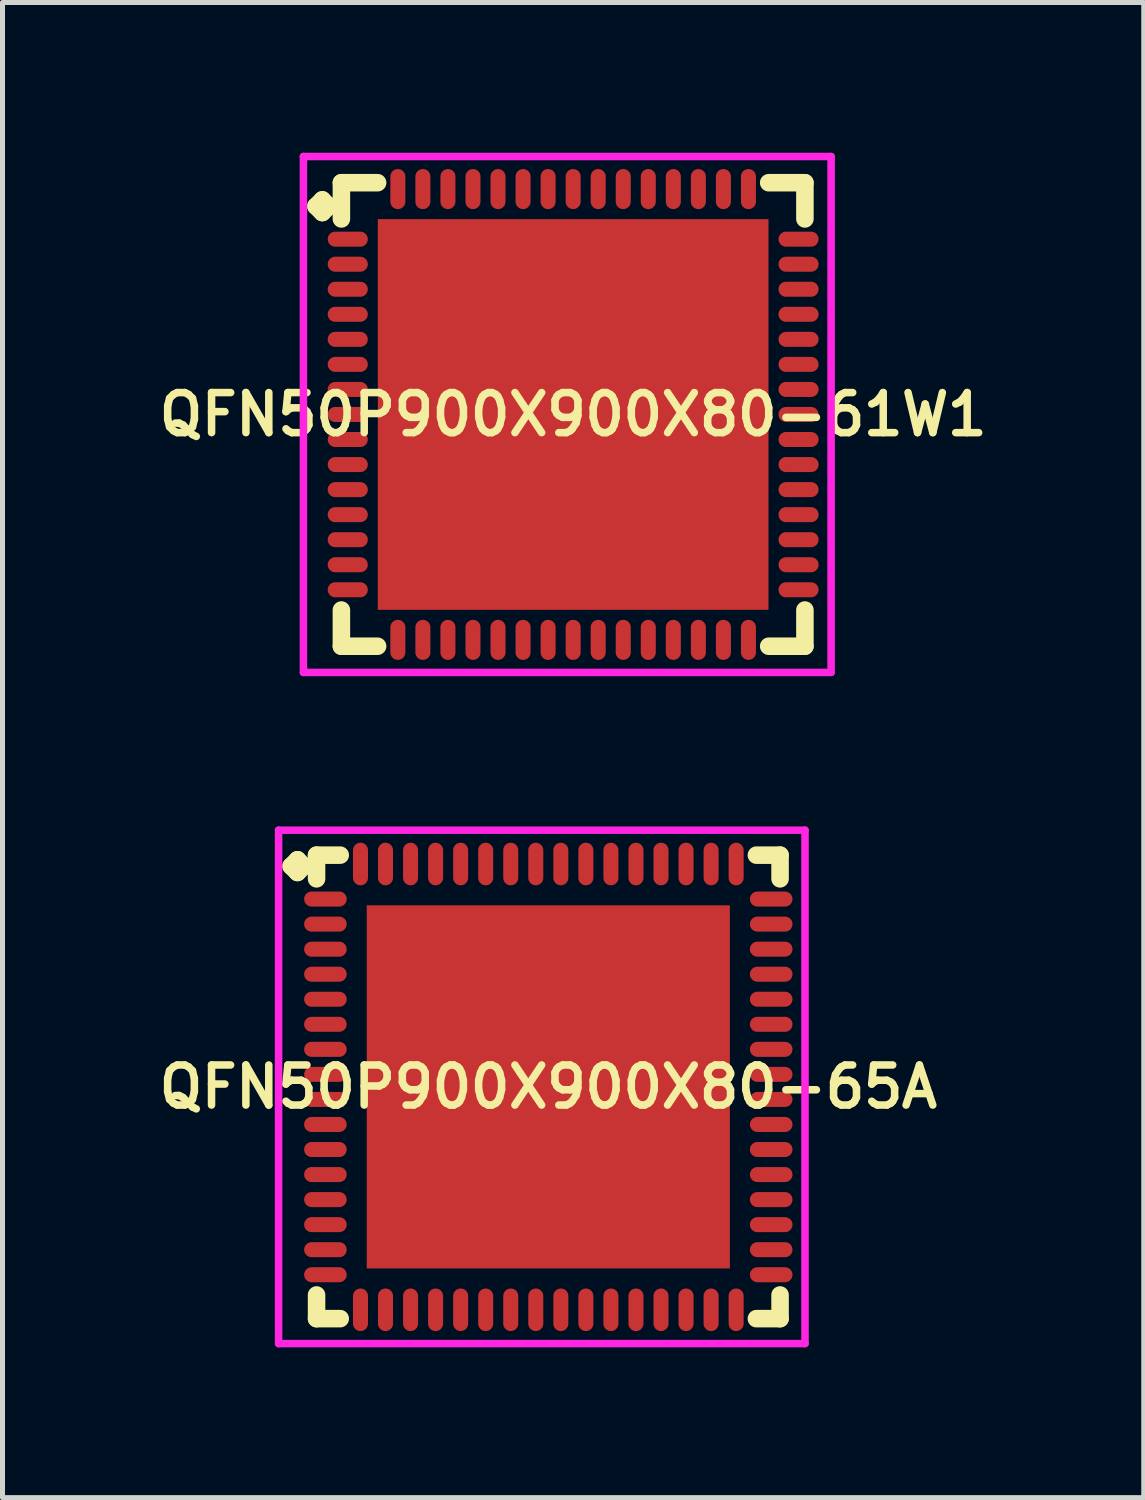
<source format=kicad_pcb>
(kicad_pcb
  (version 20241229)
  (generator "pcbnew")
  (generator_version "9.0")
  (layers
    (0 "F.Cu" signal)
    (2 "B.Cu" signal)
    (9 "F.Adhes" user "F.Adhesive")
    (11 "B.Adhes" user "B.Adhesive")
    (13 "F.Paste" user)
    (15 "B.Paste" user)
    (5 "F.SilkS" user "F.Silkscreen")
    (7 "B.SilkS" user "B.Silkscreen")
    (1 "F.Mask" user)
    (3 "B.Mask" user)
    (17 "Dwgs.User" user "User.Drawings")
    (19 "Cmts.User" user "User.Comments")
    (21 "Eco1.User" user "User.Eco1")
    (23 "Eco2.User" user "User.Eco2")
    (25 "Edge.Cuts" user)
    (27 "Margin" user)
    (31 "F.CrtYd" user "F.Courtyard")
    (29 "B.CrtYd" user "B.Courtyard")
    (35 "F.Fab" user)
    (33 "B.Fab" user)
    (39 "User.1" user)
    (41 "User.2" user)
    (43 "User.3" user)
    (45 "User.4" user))
  (footprint "QFN50P900X900X80-61W1"
    (layer "F.Cu")
    (at 8.393 5.225)
    (property "Reference" "QFN50P900X900X80-61W1" (at 0 0 0) (layer "F.SilkS") (effects (font (size 0.8 0.8) (thickness 0.15))))
    (attr smd)
    (fp_line (start -5.135 -4.158) (end -5.008 -4.285) (stroke (width 0.35) (type solid)) (layer "F.SilkS"))
    (fp_line (start -5.008 -4.285) (end -4.881 -4.158) (stroke (width 0.35) (type solid)) (layer "F.SilkS"))
    (fp_line (start -5.008 -4.031) (end -5.135 -4.158) (stroke (width 0.35) (type solid)) (layer "F.SilkS"))
    (fp_line (start -4.881 -4.158) (end -5.008 -4.031) (stroke (width 0.35) (type solid)) (layer "F.SilkS"))
    (fp_line (start -4.627 -4.627) (end -3.904 -4.627) (stroke (width 0.35) (type solid)) (layer "F.SilkS"))
    (fp_line (start -4.627 -3.904) (end -4.627 -4.627) (stroke (width 0.35) (type solid)) (layer "F.SilkS"))
    (fp_line (start -4.627 3.904) (end -4.627 4.627) (stroke (width 0.35) (type solid)) (layer "F.SilkS"))
    (fp_line (start -4.627 4.627) (end -3.904 4.627) (stroke (width 0.35) (type solid)) (layer "F.SilkS"))
    (fp_line (start 3.904 -4.627) (end 4.627 -4.627) (stroke (width 0.35) (type solid)) (layer "F.SilkS"))
    (fp_line (start 3.904 4.627) (end 4.627 4.627) (stroke (width 0.35) (type solid)) (layer "F.SilkS"))
    (fp_line (start 4.627 -4.627) (end 4.627 -3.904) (stroke (width 0.35) (type solid)) (layer "F.SilkS"))
    (fp_line (start 4.627 4.627) (end 4.627 3.904) (stroke (width 0.35) (type solid)) (layer "F.SilkS"))
    (fp_line (start -5.385 -5.15) (end 5.15 -5.15) (stroke (width 0.15) (type solid)) (layer "F.CrtYd"))
    (fp_line (start -5.385 5.15) (end -5.385 -5.15) (stroke (width 0.15) (type solid)) (layer "F.CrtYd"))
    (fp_line (start 5.15 -5.15) (end 5.15 5.15) (stroke (width 0.15) (type solid)) (layer "F.CrtYd"))
    (fp_line (start 5.15 5.15) (end -5.385 5.15) (stroke (width 0.15) (type solid)) (layer "F.CrtYd"))
    (pad "1" smd oval (at -4.5 -3.5) (size 0.8 0.3) (layers "F.Cu" "F.Mask" "F.Paste"))
    (pad "2" smd oval (at -4.5 -3) (size 0.8 0.3) (layers "F.Cu" "F.Mask" "F.Paste"))
    (pad "3" smd oval (at -4.5 -2.5) (size 0.8 0.3) (layers "F.Cu" "F.Mask" "F.Paste"))
    (pad "4" smd oval (at -4.5 -2) (size 0.8 0.3) (layers "F.Cu" "F.Mask" "F.Paste"))
    (pad "5" smd oval (at -4.5 -1.5) (size 0.8 0.3) (layers "F.Cu" "F.Mask" "F.Paste"))
    (pad "6" smd oval (at -4.5 -1) (size 0.8 0.3) (layers "F.Cu" "F.Mask" "F.Paste"))
    (pad "7" smd oval (at -4.5 -0.5) (size 0.8 0.3) (layers "F.Cu" "F.Mask" "F.Paste"))
    (pad "8" smd oval (at -4.5 0) (size 0.8 0.3) (layers "F.Cu" "F.Mask" "F.Paste"))
    (pad "9" smd oval (at -4.5 0.5) (size 0.8 0.3) (layers "F.Cu" "F.Mask" "F.Paste"))
    (pad "10" smd oval (at -4.5 1) (size 0.8 0.3) (layers "F.Cu" "F.Mask" "F.Paste"))
    (pad "11" smd oval (at -4.5 1.5) (size 0.8 0.3) (layers "F.Cu" "F.Mask" "F.Paste"))
    (pad "12" smd oval (at -4.5 2) (size 0.8 0.3) (layers "F.Cu" "F.Mask" "F.Paste"))
    (pad "13" smd oval (at -4.5 2.5) (size 0.8 0.3) (layers "F.Cu" "F.Mask" "F.Paste"))
    (pad "14" smd oval (at -4.5 3) (size 0.8 0.3) (layers "F.Cu" "F.Mask" "F.Paste"))
    (pad "15" smd oval (at -4.5 3.5) (size 0.8 0.3) (layers "F.Cu" "F.Mask" "F.Paste"))
    (pad "16" smd oval (at -3.5 4.5) (size 0.3 0.8) (layers "F.Cu" "F.Mask" "F.Paste"))
    (pad "17" smd oval (at -3 4.5) (size 0.3 0.8) (layers "F.Cu" "F.Mask" "F.Paste"))
    (pad "18" smd oval (at -2.5 4.5) (size 0.3 0.8) (layers "F.Cu" "F.Mask" "F.Paste"))
    (pad "19" smd oval (at -2 4.5) (size 0.3 0.8) (layers "F.Cu" "F.Mask" "F.Paste"))
    (pad "20" smd oval (at -1.5 4.5) (size 0.3 0.8) (layers "F.Cu" "F.Mask" "F.Paste"))
    (pad "21" smd oval (at -1 4.5) (size 0.3 0.8) (layers "F.Cu" "F.Mask" "F.Paste"))
    (pad "22" smd oval (at -0.5 4.5) (size 0.3 0.8) (layers "F.Cu" "F.Mask" "F.Paste"))
    (pad "23" smd oval (at 0 4.5) (size 0.3 0.8) (layers "F.Cu" "F.Mask" "F.Paste"))
    (pad "24" smd oval (at 0.5 4.5) (size 0.3 0.8) (layers "F.Cu" "F.Mask" "F.Paste"))
    (pad "25" smd oval (at 1 4.5) (size 0.3 0.8) (layers "F.Cu" "F.Mask" "F.Paste"))
    (pad "26" smd oval (at 1.5 4.5) (size 0.3 0.8) (layers "F.Cu" "F.Mask" "F.Paste"))
    (pad "27" smd oval (at 2 4.5) (size 0.3 0.8) (layers "F.Cu" "F.Mask" "F.Paste"))
    (pad "28" smd oval (at 2.5 4.5) (size 0.3 0.8) (layers "F.Cu" "F.Mask" "F.Paste"))
    (pad "29" smd oval (at 3 4.5) (size 0.3 0.8) (layers "F.Cu" "F.Mask" "F.Paste"))
    (pad "30" smd oval (at 3.5 4.5) (size 0.3 0.8) (layers "F.Cu" "F.Mask" "F.Paste"))
    (pad "31" smd oval (at 4.5 3.5) (size 0.8 0.3) (layers "F.Cu" "F.Mask" "F.Paste"))
    (pad "32" smd oval (at 4.5 3) (size 0.8 0.3) (layers "F.Cu" "F.Mask" "F.Paste"))
    (pad "33" smd oval (at 4.5 2.5) (size 0.8 0.3) (layers "F.Cu" "F.Mask" "F.Paste"))
    (pad "34" smd oval (at 4.5 2) (size 0.8 0.3) (layers "F.Cu" "F.Mask" "F.Paste"))
    (pad "35" smd oval (at 4.5 1.5) (size 0.8 0.3) (layers "F.Cu" "F.Mask" "F.Paste"))
    (pad "36" smd oval (at 4.5 1) (size 0.8 0.3) (layers "F.Cu" "F.Mask" "F.Paste"))
    (pad "37" smd oval (at 4.5 0.5) (size 0.8 0.3) (layers "F.Cu" "F.Mask" "F.Paste"))
    (pad "38" smd oval (at 4.5 0) (size 0.8 0.3) (layers "F.Cu" "F.Mask" "F.Paste"))
    (pad "39" smd oval (at 4.5 -0.5) (size 0.8 0.3) (layers "F.Cu" "F.Mask" "F.Paste"))
    (pad "40" smd oval (at 4.5 -1) (size 0.8 0.3) (layers "F.Cu" "F.Mask" "F.Paste"))
    (pad "41" smd oval (at 4.5 -1.5) (size 0.8 0.3) (layers "F.Cu" "F.Mask" "F.Paste"))
    (pad "42" smd oval (at 4.5 -2) (size 0.8 0.3) (layers "F.Cu" "F.Mask" "F.Paste"))
    (pad "43" smd oval (at 4.5 -2.5) (size 0.8 0.3) (layers "F.Cu" "F.Mask" "F.Paste"))
    (pad "44" smd oval (at 4.5 -3) (size 0.8 0.3) (layers "F.Cu" "F.Mask" "F.Paste"))
    (pad "45" smd oval (at 4.5 -3.5) (size 0.8 0.3) (layers "F.Cu" "F.Mask" "F.Paste"))
    (pad "46" smd oval (at 3.5 -4.5) (size 0.3 0.8) (layers "F.Cu" "F.Mask" "F.Paste"))
    (pad "47" smd oval (at 3 -4.5) (size 0.3 0.8) (layers "F.Cu" "F.Mask" "F.Paste"))
    (pad "48" smd oval (at 2.5 -4.5) (size 0.3 0.8) (layers "F.Cu" "F.Mask" "F.Paste"))
    (pad "49" smd oval (at 2 -4.5) (size 0.3 0.8) (layers "F.Cu" "F.Mask" "F.Paste"))
    (pad "50" smd oval (at 1.5 -4.5) (size 0.3 0.8) (layers "F.Cu" "F.Mask" "F.Paste"))
    (pad "51" smd oval (at 1 -4.5) (size 0.3 0.8) (layers "F.Cu" "F.Mask" "F.Paste"))
    (pad "52" smd oval (at 0.5 -4.5) (size 0.3 0.8) (layers "F.Cu" "F.Mask" "F.Paste"))
    (pad "53" smd oval (at 0 -4.5) (size 0.3 0.8) (layers "F.Cu" "F.Mask" "F.Paste"))
    (pad "54" smd oval (at -0.5 -4.5) (size 0.3 0.8) (layers "F.Cu" "F.Mask" "F.Paste"))
    (pad "55" smd oval (at -1 -4.5) (size 0.3 0.8) (layers "F.Cu" "F.Mask" "F.Paste"))
    (pad "56" smd oval (at -1.5 -4.5) (size 0.3 0.8) (layers "F.Cu" "F.Mask" "F.Paste"))
    (pad "57" smd oval (at -2 -4.5) (size 0.3 0.8) (layers "F.Cu" "F.Mask" "F.Paste"))
    (pad "58" smd oval (at -2.5 -4.5) (size 0.3 0.8) (layers "F.Cu" "F.Mask" "F.Paste"))
    (pad "59" smd oval (at -3 -4.5) (size 0.3 0.8) (layers "F.Cu" "F.Mask" "F.Paste"))
    (pad "60" smd oval (at -3.5 -4.5) (size 0.3 0.8) (layers "F.Cu" "F.Mask" "F.Paste"))
    (pad "61" smd rect (at 0 0) (size 7.8 7.8) (layers "F.Cu" "F.Mask" "F.Paste")))
  (footprint "QFN50P900X900X80-65A"
    (layer "F.Cu")
    (at 7.897 18.65)
    (property "Reference" "QFN50P900X900X80-65A" (at 0 0 0) (layer "F.SilkS") (effects (font (size 0.8 0.8) (thickness 0.15))))
    (attr through_hole)
    (fp_line (start -5.135 -4.408) (end -5.008 -4.535) (stroke (width 0.35) (type solid)) (layer "F.SilkS"))
    (fp_line (start -5.008 -4.535) (end -4.881 -4.408) (stroke (width 0.35) (type solid)) (layer "F.SilkS"))
    (fp_line (start -5.008 -4.281) (end -5.135 -4.408) (stroke (width 0.35) (type solid)) (layer "F.SilkS"))
    (fp_line (start -4.881 -4.408) (end -5.008 -4.281) (stroke (width 0.35) (type solid)) (layer "F.SilkS"))
    (fp_line (start -4.627 -4.627) (end -4.154 -4.627) (stroke (width 0.35) (type solid)) (layer "F.SilkS"))
    (fp_line (start -4.627 -4.154) (end -4.627 -4.627) (stroke (width 0.35) (type solid)) (layer "F.SilkS"))
    (fp_line (start -4.627 4.154) (end -4.627 4.627) (stroke (width 0.35) (type solid)) (layer "F.SilkS"))
    (fp_line (start -4.627 4.627) (end -4.154 4.627) (stroke (width 0.35) (type solid)) (layer "F.SilkS"))
    (fp_line (start 4.154 -4.627) (end 4.627 -4.627) (stroke (width 0.35) (type solid)) (layer "F.SilkS"))
    (fp_line (start 4.154 4.627) (end 4.627 4.627) (stroke (width 0.35) (type solid)) (layer "F.SilkS"))
    (fp_line (start 4.627 -4.627) (end 4.627 -4.154) (stroke (width 0.35) (type solid)) (layer "F.SilkS"))
    (fp_line (start 4.627 4.627) (end 4.627 4.154) (stroke (width 0.35) (type solid)) (layer "F.SilkS"))
    (fp_line (start -5.385 -5.125) (end 5.125 -5.125) (stroke (width 0.15) (type solid)) (layer "F.CrtYd"))
    (fp_line (start -5.385 5.125) (end -5.385 -5.125) (stroke (width 0.15) (type solid)) (layer "F.CrtYd"))
    (fp_line (start 5.125 -5.125) (end 5.125 5.125) (stroke (width 0.15) (type solid)) (layer "F.CrtYd"))
    (fp_line (start 5.125 5.125) (end -5.385 5.125) (stroke (width 0.15) (type solid)) (layer "F.CrtYd"))
    (pad "1" smd oval (at -4.45 -3.75) (size 0.85 0.3) (layers "F.Cu" "F.Mask" "F.Paste"))
    (pad "2" smd oval (at -4.45 -3.25) (size 0.85 0.3) (layers "F.Cu" "F.Mask" "F.Paste"))
    (pad "3" smd oval (at -4.45 -2.75) (size 0.85 0.3) (layers "F.Cu" "F.Mask" "F.Paste"))
    (pad "4" smd oval (at -4.45 -2.25) (size 0.85 0.3) (layers "F.Cu" "F.Mask" "F.Paste"))
    (pad "5" smd oval (at -4.45 -1.75) (size 0.85 0.3) (layers "F.Cu" "F.Mask" "F.Paste"))
    (pad "6" smd oval (at -4.45 -1.25) (size 0.85 0.3) (layers "F.Cu" "F.Mask" "F.Paste"))
    (pad "7" smd oval (at -4.45 -0.75) (size 0.85 0.3) (layers "F.Cu" "F.Mask" "F.Paste"))
    (pad "8" smd oval (at -4.45 -0.25) (size 0.85 0.3) (layers "F.Cu" "F.Mask" "F.Paste"))
    (pad "9" smd oval (at -4.45 0.25) (size 0.85 0.3) (layers "F.Cu" "F.Mask" "F.Paste"))
    (pad "10" smd oval (at -4.45 0.75) (size 0.85 0.3) (layers "F.Cu" "F.Mask" "F.Paste"))
    (pad "11" smd oval (at -4.45 1.25) (size 0.85 0.3) (layers "F.Cu" "F.Mask" "F.Paste"))
    (pad "12" smd oval (at -4.45 1.75) (size 0.85 0.3) (layers "F.Cu" "F.Mask" "F.Paste"))
    (pad "13" smd oval (at -4.45 2.25) (size 0.85 0.3) (layers "F.Cu" "F.Mask" "F.Paste"))
    (pad "14" smd oval (at -4.45 2.75) (size 0.85 0.3) (layers "F.Cu" "F.Mask" "F.Paste"))
    (pad "15" smd oval (at -4.45 3.25) (size 0.85 0.3) (layers "F.Cu" "F.Mask" "F.Paste"))
    (pad "16" smd oval (at -4.45 3.75) (size 0.85 0.3) (layers "F.Cu" "F.Mask" "F.Paste"))
    (pad "17" smd oval (at -3.75 4.45) (size 0.3 0.85) (layers "F.Cu" "F.Mask" "F.Paste"))
    (pad "18" smd oval (at -3.25 4.45) (size 0.3 0.85) (layers "F.Cu" "F.Mask" "F.Paste"))
    (pad "19" smd oval (at -2.75 4.45) (size 0.3 0.85) (layers "F.Cu" "F.Mask" "F.Paste"))
    (pad "20" smd oval (at -2.25 4.45) (size 0.3 0.85) (layers "F.Cu" "F.Mask" "F.Paste"))
    (pad "21" smd oval (at -1.75 4.45) (size 0.3 0.85) (layers "F.Cu" "F.Mask" "F.Paste"))
    (pad "22" smd oval (at -1.25 4.45) (size 0.3 0.85) (layers "F.Cu" "F.Mask" "F.Paste"))
    (pad "23" smd oval (at -0.75 4.45) (size 0.3 0.85) (layers "F.Cu" "F.Mask" "F.Paste"))
    (pad "24" smd oval (at -0.25 4.45) (size 0.3 0.85) (layers "F.Cu" "F.Mask" "F.Paste"))
    (pad "25" smd oval (at 0.25 4.45) (size 0.3 0.85) (layers "F.Cu" "F.Mask" "F.Paste"))
    (pad "26" smd oval (at 0.75 4.45) (size 0.3 0.85) (layers "F.Cu" "F.Mask" "F.Paste"))
    (pad "27" smd oval (at 1.25 4.45) (size 0.3 0.85) (layers "F.Cu" "F.Mask" "F.Paste"))
    (pad "28" smd oval (at 1.75 4.45) (size 0.3 0.85) (layers "F.Cu" "F.Mask" "F.Paste"))
    (pad "29" smd oval (at 2.25 4.45) (size 0.3 0.85) (layers "F.Cu" "F.Mask" "F.Paste"))
    (pad "30" smd oval (at 2.75 4.45) (size 0.3 0.85) (layers "F.Cu" "F.Mask" "F.Paste"))
    (pad "31" smd oval (at 3.25 4.45) (size 0.3 0.85) (layers "F.Cu" "F.Mask" "F.Paste"))
    (pad "32" smd oval (at 3.75 4.45) (size 0.3 0.85) (layers "F.Cu" "F.Mask" "F.Paste"))
    (pad "33" smd oval (at 4.45 3.75) (size 0.85 0.3) (layers "F.Cu" "F.Mask" "F.Paste"))
    (pad "34" smd oval (at 4.45 3.25) (size 0.85 0.3) (layers "F.Cu" "F.Mask" "F.Paste"))
    (pad "35" smd oval (at 4.45 2.75) (size 0.85 0.3) (layers "F.Cu" "F.Mask" "F.Paste"))
    (pad "36" smd oval (at 4.45 2.25) (size 0.85 0.3) (layers "F.Cu" "F.Mask" "F.Paste"))
    (pad "37" smd oval (at 4.45 1.75) (size 0.85 0.3) (layers "F.Cu" "F.Mask" "F.Paste"))
    (pad "38" smd oval (at 4.45 1.25) (size 0.85 0.3) (layers "F.Cu" "F.Mask" "F.Paste"))
    (pad "39" smd oval (at 4.45 0.75) (size 0.85 0.3) (layers "F.Cu" "F.Mask" "F.Paste"))
    (pad "40" smd oval (at 4.45 0.25) (size 0.85 0.3) (layers "F.Cu" "F.Mask" "F.Paste"))
    (pad "41" smd oval (at 4.45 -0.25) (size 0.85 0.3) (layers "F.Cu" "F.Mask" "F.Paste"))
    (pad "42" smd oval (at 4.45 -0.75) (size 0.85 0.3) (layers "F.Cu" "F.Mask" "F.Paste"))
    (pad "43" smd oval (at 4.45 -1.25) (size 0.85 0.3) (layers "F.Cu" "F.Mask" "F.Paste"))
    (pad "44" smd oval (at 4.45 -1.75) (size 0.85 0.3) (layers "F.Cu" "F.Mask" "F.Paste"))
    (pad "45" smd oval (at 4.45 -2.25) (size 0.85 0.3) (layers "F.Cu" "F.Mask" "F.Paste"))
    (pad "46" smd oval (at 4.45 -2.75) (size 0.85 0.3) (layers "F.Cu" "F.Mask" "F.Paste"))
    (pad "47" smd oval (at 4.45 -3.25) (size 0.85 0.3) (layers "F.Cu" "F.Mask" "F.Paste"))
    (pad "48" smd oval (at 4.45 -3.75) (size 0.85 0.3) (layers "F.Cu" "F.Mask" "F.Paste"))
    (pad "49" smd oval (at 3.75 -4.45) (size 0.3 0.85) (layers "F.Cu" "F.Mask" "F.Paste"))
    (pad "50" smd oval (at 3.25 -4.45) (size 0.3 0.85) (layers "F.Cu" "F.Mask" "F.Paste"))
    (pad "51" smd oval (at 2.75 -4.45) (size 0.3 0.85) (layers "F.Cu" "F.Mask" "F.Paste"))
    (pad "52" smd oval (at 2.25 -4.45) (size 0.3 0.85) (layers "F.Cu" "F.Mask" "F.Paste"))
    (pad "53" smd oval (at 1.75 -4.45) (size 0.3 0.85) (layers "F.Cu" "F.Mask" "F.Paste"))
    (pad "54" smd oval (at 1.25 -4.45) (size 0.3 0.85) (layers "F.Cu" "F.Mask" "F.Paste"))
    (pad "55" smd oval (at 0.75 -4.45) (size 0.3 0.85) (layers "F.Cu" "F.Mask" "F.Paste"))
    (pad "56" smd oval (at 0.25 -4.45) (size 0.3 0.85) (layers "F.Cu" "F.Mask" "F.Paste"))
    (pad "57" smd oval (at -0.25 -4.45) (size 0.3 0.85) (layers "F.Cu" "F.Mask" "F.Paste"))
    (pad "58" smd oval (at -0.75 -4.45) (size 0.3 0.85) (layers "F.Cu" "F.Mask" "F.Paste"))
    (pad "59" smd oval (at -1.25 -4.45) (size 0.3 0.85) (layers "F.Cu" "F.Mask" "F.Paste"))
    (pad "60" smd oval (at -1.75 -4.45) (size 0.3 0.85) (layers "F.Cu" "F.Mask" "F.Paste"))
    (pad "61" smd oval (at -2.25 -4.45) (size 0.3 0.85) (layers "F.Cu" "F.Mask" "F.Paste"))
    (pad "62" smd oval (at -2.75 -4.45) (size 0.3 0.85) (layers "F.Cu" "F.Mask" "F.Paste"))
    (pad "63" smd oval (at -3.25 -4.45) (size 0.3 0.85) (layers "F.Cu" "F.Mask" "F.Paste"))
    (pad "64" smd oval (at -3.75 -4.45) (size 0.3 0.85) (layers "F.Cu" "F.Mask" "F.Paste"))
    (pad "65" smd rect (at 0 0) (size 7.25 7.25) (layers "F.Cu" "F.Mask" "F.Paste")))
  (gr_rect
    (start -3 -3)
    (end 19.785 26.85)
    (stroke (width 0.1) (type default))
    (fill no)
    (layer "Edge.Cuts")))
</source>
